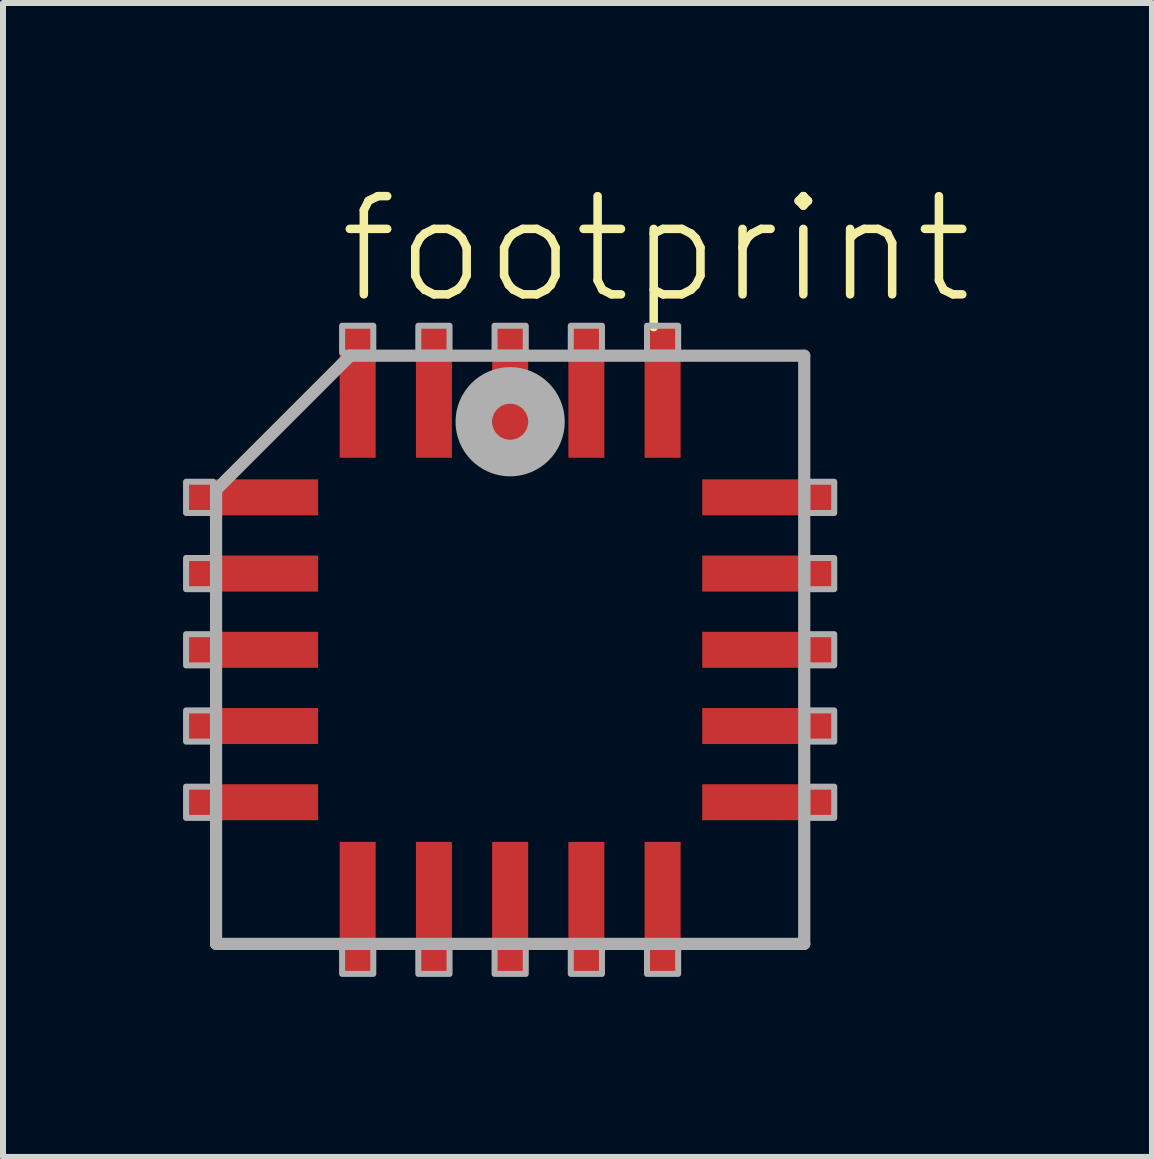
<source format=kicad_pcb>
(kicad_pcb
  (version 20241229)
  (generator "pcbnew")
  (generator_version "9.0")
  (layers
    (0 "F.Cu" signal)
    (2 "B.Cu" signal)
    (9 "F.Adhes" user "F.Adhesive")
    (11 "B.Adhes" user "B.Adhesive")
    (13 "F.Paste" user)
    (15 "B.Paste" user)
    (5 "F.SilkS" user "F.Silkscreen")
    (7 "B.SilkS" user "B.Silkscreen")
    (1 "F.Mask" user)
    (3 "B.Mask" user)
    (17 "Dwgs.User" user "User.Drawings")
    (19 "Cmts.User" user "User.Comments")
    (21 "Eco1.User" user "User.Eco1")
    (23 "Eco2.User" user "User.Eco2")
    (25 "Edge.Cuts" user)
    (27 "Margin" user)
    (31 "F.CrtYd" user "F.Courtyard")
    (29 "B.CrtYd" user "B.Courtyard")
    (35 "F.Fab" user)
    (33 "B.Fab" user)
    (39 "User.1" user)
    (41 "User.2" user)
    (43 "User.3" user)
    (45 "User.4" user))
  (footprint "footprint"
    (layer "F.Cu")
    (at 5.45 7.777)
    (property "Reference" "footprint" (at -2.921 -5.715 0) (layer "F.SilkS") (effects (font (size 1.636 1.636) (thickness 0.142)) (justify left bottom)))
    (fp_line (start -4.9 -2.665) (end -4.9 4.9) (stroke (width 0.203) (type solid)) (layer "F.Fab"))
    (fp_line (start -4.9 4.9) (end 4.9 4.9) (stroke (width 0.203) (type solid)) (layer "F.Fab"))
    (fp_line (start -2.665 -4.9) (end -4.9 -2.665) (stroke (width 0.203) (type solid)) (layer "F.Fab"))
    (fp_line (start 4.9 -4.9) (end -2.665 -4.9) (stroke (width 0.203) (type solid)) (layer "F.Fab"))
    (fp_line (start 4.9 4.9) (end 4.9 -4.9) (stroke (width 0.203) (type solid)) (layer "F.Fab"))
    (fp_circle (center 0 -3.8) (end 0.3 -3.8) (stroke (width 0.61) (type solid)) (fill no) (layer "F.Fab"))
    (fp_poly (pts (xy -5.4 -2.28) (xy -4.95 -2.28) (xy -4.95 -2.8) (xy -5.4 -2.8)) (stroke (width 0.1) (type solid)) (fill no) (layer "F.Fab"))
    (fp_poly (pts (xy -5.4 -1.01) (xy -4.95 -1.01) (xy -4.95 -1.53) (xy -5.4 -1.53)) (stroke (width 0.1) (type solid)) (fill no) (layer "F.Fab"))
    (fp_poly (pts (xy -5.4 0.26) (xy -4.95 0.26) (xy -4.95 -0.26) (xy -5.4 -0.26)) (stroke (width 0.1) (type solid)) (fill no) (layer "F.Fab"))
    (fp_poly (pts (xy -5.4 1.53) (xy -4.95 1.53) (xy -4.95 1.01) (xy -5.4 1.01)) (stroke (width 0.1) (type solid)) (fill no) (layer "F.Fab"))
    (fp_poly (pts (xy -5.4 2.8) (xy -4.95 2.8) (xy -4.95 2.28) (xy -5.4 2.28)) (stroke (width 0.1) (type solid)) (fill no) (layer "F.Fab"))
    (fp_poly (pts (xy -2.8 -4.95) (xy -2.28 -4.95) (xy -2.28 -5.4) (xy -2.8 -5.4)) (stroke (width 0.1) (type solid)) (fill no) (layer "F.Fab"))
    (fp_poly (pts (xy -2.8 5.4) (xy -2.28 5.4) (xy -2.28 4.95) (xy -2.8 4.95)) (stroke (width 0.1) (type solid)) (fill no) (layer "F.Fab"))
    (fp_poly (pts (xy -1.53 -4.95) (xy -1.01 -4.95) (xy -1.01 -5.4) (xy -1.53 -5.4)) (stroke (width 0.1) (type solid)) (fill no) (layer "F.Fab"))
    (fp_poly (pts (xy -1.53 5.4) (xy -1.01 5.4) (xy -1.01 4.95) (xy -1.53 4.95)) (stroke (width 0.1) (type solid)) (fill no) (layer "F.Fab"))
    (fp_poly (pts (xy -0.26 -4.95) (xy 0.26 -4.95) (xy 0.26 -5.4) (xy -0.26 -5.4)) (stroke (width 0.1) (type solid)) (fill no) (layer "F.Fab"))
    (fp_poly (pts (xy -0.26 5.4) (xy 0.26 5.4) (xy 0.26 4.95) (xy -0.26 4.95)) (stroke (width 0.1) (type solid)) (fill no) (layer "F.Fab"))
    (fp_poly (pts (xy 1.01 -4.95) (xy 1.53 -4.95) (xy 1.53 -5.4) (xy 1.01 -5.4)) (stroke (width 0.1) (type solid)) (fill no) (layer "F.Fab"))
    (fp_poly (pts (xy 1.01 5.4) (xy 1.53 5.4) (xy 1.53 4.95) (xy 1.01 4.95)) (stroke (width 0.1) (type solid)) (fill no) (layer "F.Fab"))
    (fp_poly (pts (xy 2.28 -4.95) (xy 2.8 -4.95) (xy 2.8 -5.4) (xy 2.28 -5.4)) (stroke (width 0.1) (type solid)) (fill no) (layer "F.Fab"))
    (fp_poly (pts (xy 2.28 5.4) (xy 2.8 5.4) (xy 2.8 4.95) (xy 2.28 4.95)) (stroke (width 0.1) (type solid)) (fill no) (layer "F.Fab"))
    (fp_poly (pts (xy 4.95 -2.28) (xy 5.4 -2.28) (xy 5.4 -2.8) (xy 4.95 -2.8)) (stroke (width 0.1) (type solid)) (fill no) (layer "F.Fab"))
    (fp_poly (pts (xy 4.95 -1.01) (xy 5.4 -1.01) (xy 5.4 -1.53) (xy 4.95 -1.53)) (stroke (width 0.1) (type solid)) (fill no) (layer "F.Fab"))
    (fp_poly (pts (xy 4.95 0.26) (xy 5.4 0.26) (xy 5.4 -0.26) (xy 4.95 -0.26)) (stroke (width 0.1) (type solid)) (fill no) (layer "F.Fab"))
    (fp_poly (pts (xy 4.95 1.53) (xy 5.4 1.53) (xy 5.4 1.01) (xy 4.95 1.01)) (stroke (width 0.1) (type solid)) (fill no) (layer "F.Fab"))
    (fp_poly (pts (xy 4.95 2.8) (xy 5.4 2.8) (xy 5.4 2.28) (xy 4.95 2.28)) (stroke (width 0.1) (type solid)) (fill no) (layer "F.Fab"))
    (pad "1" smd rect (at 0 -4.3) (size 0.6 2.2) (layers "F.Cu" "F.Mask" "F.Paste"))
    (pad "2" smd rect (at -1.27 -4.3) (size 0.6 2.2) (layers "F.Cu" "F.Mask" "F.Paste"))
    (pad "3" smd rect (at -2.54 -4.3) (size 0.6 2.2) (layers "F.Cu" "F.Mask" "F.Paste"))
    (pad "4" smd rect (at -4.3 -2.54) (size 2.2 0.6) (layers "F.Cu" "F.Mask" "F.Paste"))
    (pad "5" smd rect (at -4.3 -1.27) (size 2.2 0.6) (layers "F.Cu" "F.Mask" "F.Paste"))
    (pad "6" smd rect (at -4.3 0) (size 2.2 0.6) (layers "F.Cu" "F.Mask" "F.Paste"))
    (pad "7" smd rect (at -4.3 1.27) (size 2.2 0.6) (layers "F.Cu" "F.Mask" "F.Paste"))
    (pad "8" smd rect (at -4.3 2.54) (size 2.2 0.6) (layers "F.Cu" "F.Mask" "F.Paste"))
    (pad "9" smd rect (at -2.54 4.3) (size 0.6 2.2) (layers "F.Cu" "F.Mask" "F.Paste"))
    (pad "10" smd rect (at -1.27 4.3) (size 0.6 2.2) (layers "F.Cu" "F.Mask" "F.Paste"))
    (pad "11" smd rect (at 0 4.3) (size 0.6 2.2) (layers "F.Cu" "F.Mask" "F.Paste"))
    (pad "12" smd rect (at 1.27 4.3) (size 0.6 2.2) (layers "F.Cu" "F.Mask" "F.Paste"))
    (pad "13" smd rect (at 2.54 4.3) (size 0.6 2.2) (layers "F.Cu" "F.Mask" "F.Paste"))
    (pad "14" smd rect (at 4.3 2.54) (size 2.2 0.6) (layers "F.Cu" "F.Mask" "F.Paste"))
    (pad "15" smd rect (at 4.3 1.27) (size 2.2 0.6) (layers "F.Cu" "F.Mask" "F.Paste"))
    (pad "16" smd rect (at 4.3 0) (size 2.2 0.6) (layers "F.Cu" "F.Mask" "F.Paste"))
    (pad "17" smd rect (at 4.3 -1.27) (size 2.2 0.6) (layers "F.Cu" "F.Mask" "F.Paste"))
    (pad "18" smd rect (at 4.3 -2.54) (size 2.2 0.6) (layers "F.Cu" "F.Mask" "F.Paste"))
    (pad "19" smd rect (at 2.54 -4.3) (size 0.6 2.2) (layers "F.Cu" "F.Mask" "F.Paste"))
    (pad "20" smd rect (at 1.27 -4.3) (size 0.6 2.2) (layers "F.Cu" "F.Mask" "F.Paste")))
  (gr_rect
    (start -3 -3)
    (end 16.144 16.227)
    (stroke (width 0.1) (type default))
    (fill no)
    (layer "Edge.Cuts")))
</source>
